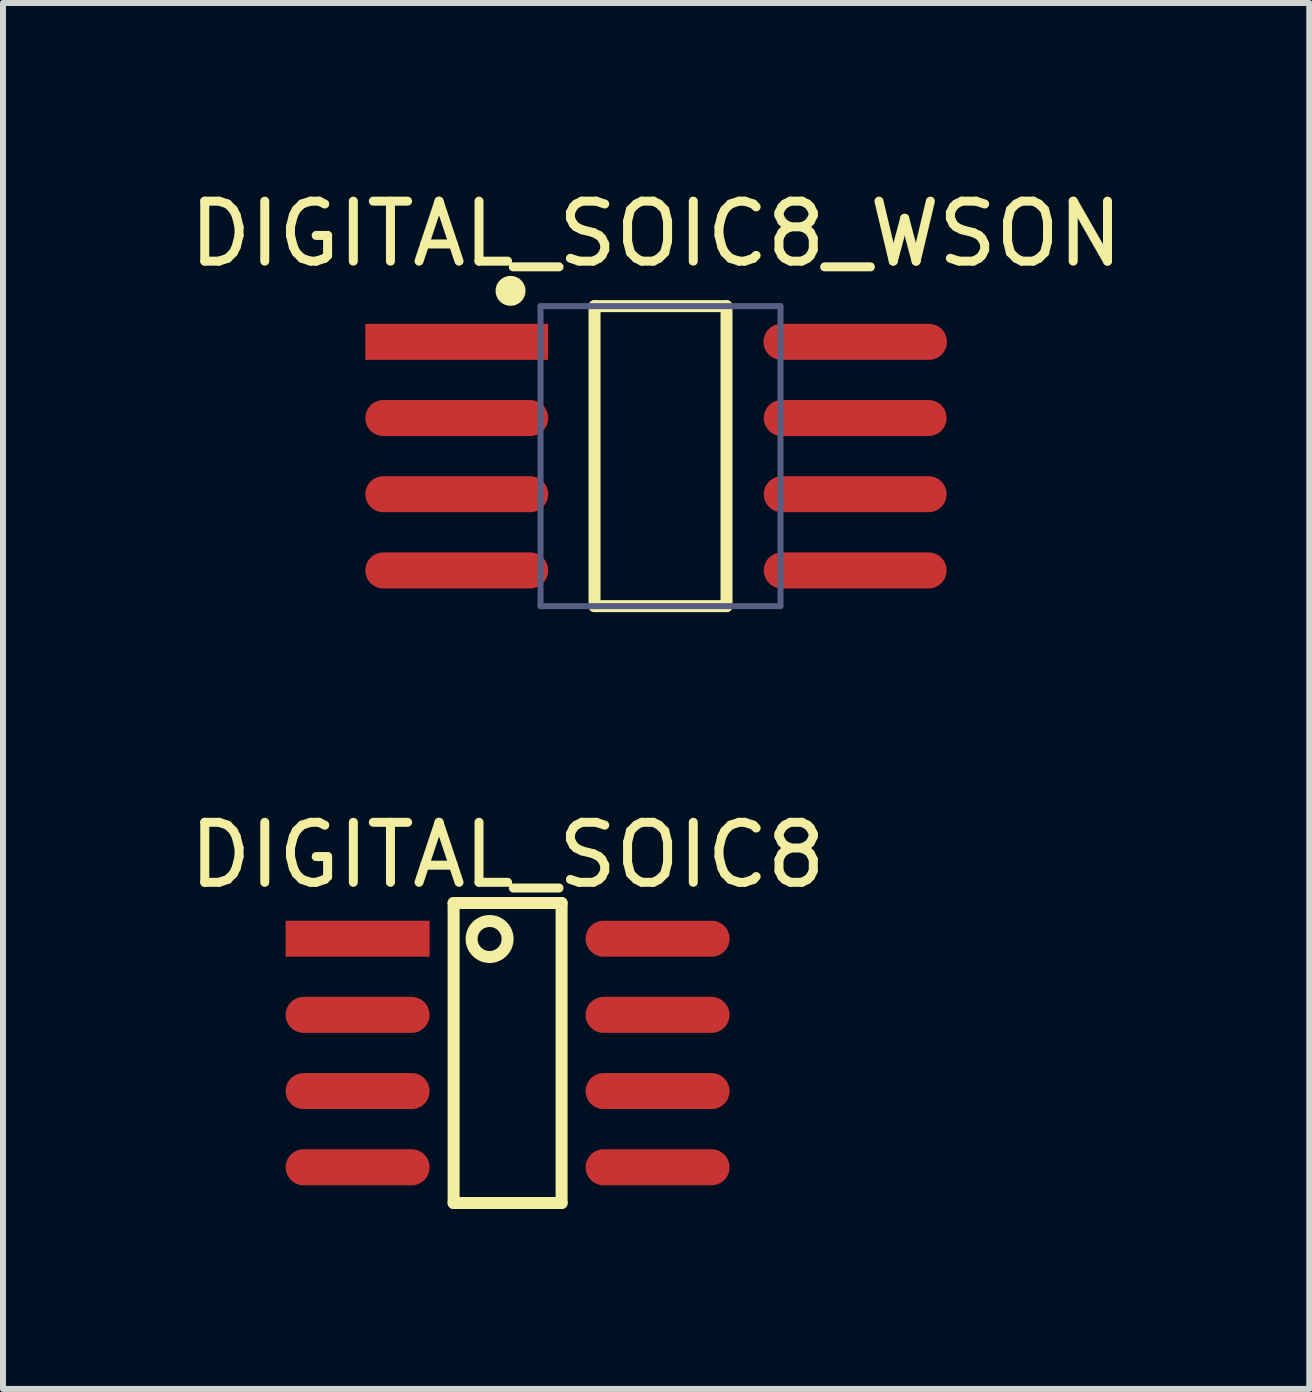
<source format=kicad_pcb>
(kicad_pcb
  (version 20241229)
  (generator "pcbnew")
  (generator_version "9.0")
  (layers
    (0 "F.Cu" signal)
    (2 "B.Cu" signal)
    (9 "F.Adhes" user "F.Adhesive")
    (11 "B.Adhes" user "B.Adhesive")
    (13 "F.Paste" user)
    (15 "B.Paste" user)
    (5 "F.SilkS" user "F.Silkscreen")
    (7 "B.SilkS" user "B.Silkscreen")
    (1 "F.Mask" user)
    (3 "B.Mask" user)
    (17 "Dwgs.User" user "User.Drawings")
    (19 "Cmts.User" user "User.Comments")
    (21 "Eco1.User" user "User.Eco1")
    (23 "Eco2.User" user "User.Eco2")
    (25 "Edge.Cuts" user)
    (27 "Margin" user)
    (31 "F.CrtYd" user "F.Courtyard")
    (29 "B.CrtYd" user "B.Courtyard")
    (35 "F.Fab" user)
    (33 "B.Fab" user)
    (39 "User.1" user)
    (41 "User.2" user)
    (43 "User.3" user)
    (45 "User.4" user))
  (footprint "DIGITAL_SOIC8_WSON"
    (layer "F.Cu")
    (at 7.884 4.553)
    (property "Reference" "DIGITAL_SOIC8_WSON" (at 0.003 -3.705 0) (layer "F.SilkS") (effects (font (size 1 1) (thickness 0.15))))
    (fp_line (start -1.024 -2.5) (end 1.176 -2.5) (stroke (width 0.2) (type solid)) (layer "F.SilkS"))
    (fp_line (start -1.024 2.5) (end -1.024 -2.5) (stroke (width 0.2) (type solid)) (layer "F.SilkS"))
    (fp_line (start -1.024 2.5) (end 1.176 2.5) (stroke (width 0.2) (type solid)) (layer "F.SilkS"))
    (fp_line (start 1.176 2.5) (end 1.176 -2.5) (stroke (width 0.2) (type solid)) (layer "F.SilkS"))
    (fp_circle (center -2.424 -2.755) (end -2.424 -2.88) (stroke (width 0.25) (type solid)) (fill no) (layer "F.SilkS"))
    (fp_line (start -3.674 -2.75) (end 3.826 -2.75) (stroke (width 0.1) (type solid)) (layer "Eco2.User"))
    (fp_line (start -3.674 2.75) (end -3.674 -2.75) (stroke (width 0.1) (type solid)) (layer "Eco2.User"))
    (fp_line (start -3.674 2.75) (end 3.826 2.75) (stroke (width 0.1) (type solid)) (layer "Eco2.User"))
    (fp_line (start -0.424 0.0002) (end 0.576 0.0002) (stroke (width 0.1) (type solid)) (layer "Eco2.User"))
    (fp_line (start 0 0.5) (end 0 -0.5) (stroke (width 0.1) (type solid)) (layer "Eco2.User"))
    (fp_line (start 3.826 2.75) (end 3.826 -2.75) (stroke (width 0.1) (type solid)) (layer "Eco2.User"))
    (fp_line (start -1.924 -2.5) (end 2.076 -2.5) (stroke (width 0.1) (type solid)) (layer "B.Fab"))
    (fp_line (start -1.924 2.5) (end -1.924 -2.5) (stroke (width 0.1) (type solid)) (layer "B.Fab"))
    (fp_line (start -1.924 2.5) (end 2.076 2.5) (stroke (width 0.1) (type solid)) (layer "B.Fab"))
    (fp_line (start 2.076 2.5) (end 2.076 -2.5) (stroke (width 0.1) (type solid)) (layer "B.Fab"))
    (fp_line (start -2.921 2.438) (end -2.921 -2.362) (stroke (width 0.254) (type solid)) (layer "User.1"))
    (fp_line (start -2.879 2.464) (end 2.921 2.464) (stroke (width 0.254) (type solid)) (layer "User.1"))
    (fp_line (start -2.879 -2.413) (end 2.921 -2.413) (stroke (width 0.254) (type solid)) (layer "User.1"))
    (fp_line (start 2.921 2.438) (end 2.921 -2.362) (stroke (width 0.254) (type solid)) (layer "User.1"))
    (pad "1" smd rect (at -3.321 -1.905 90) (size 0.6 3.048) (layers "F.Cu" "F.Mask" "F.Paste"))
    (pad "2" smd oval (at -3.321 -0.635 90) (size 0.6 3.048) (layers "F.Cu" "F.Mask" "F.Paste"))
    (pad "3" smd oval (at -3.321 0.635 90) (size 0.6 3.048) (layers "F.Cu" "F.Mask" "F.Paste"))
    (pad "4" smd oval (at -3.321 1.905 90) (size 0.6 3.048) (layers "F.Cu" "F.Mask" "F.Paste"))
    (pad "5" smd oval (at 3.321 1.905 90) (size 0.6 3.048) (layers "F.Cu" "F.Mask" "F.Paste"))
    (pad "6" smd oval (at 3.321 0.635 90) (size 0.6 3.048) (layers "F.Cu" "F.Mask" "F.Paste"))
    (pad "7" smd oval (at 3.321 -0.635 90) (size 0.6 3.048) (layers "F.Cu" "F.Mask" "F.Paste"))
    (pad "8" smd oval (at 3.321 -1.905 90) (size 0.6 3.059) (layers "F.Cu" "F.Mask" "F.Paste")))
  (footprint "DIGITAL_SOIC8"
    (layer "F.Cu")
    (at 5.411 14.502)
    (property "Reference" "DIGITAL_SOIC8" (at 0 -3.3 0) (layer "F.SilkS") (effects (font (size 1 1) (thickness 0.15))))
    (fp_line (start -0.9 -2.5) (end 0.9 -2.5) (stroke (width 0.2) (type solid)) (layer "F.SilkS"))
    (fp_line (start -0.9 2.5) (end -0.9 -2.5) (stroke (width 0.2) (type solid)) (layer "F.SilkS"))
    (fp_line (start -0.9 2.5) (end 0.9 2.5) (stroke (width 0.2) (type solid)) (layer "F.SilkS"))
    (fp_line (start 0.9 2.5) (end 0.9 -2.5) (stroke (width 0.2) (type solid)) (layer "F.SilkS"))
    (fp_circle (center -0.3 -1.9) (end -0.3 -2.2) (stroke (width 0.2) (type solid)) (fill no) (layer "F.SilkS"))
    (pad "1" smd rect (at -2.5 -1.905 90) (size 0.6 2.4) (layers "F.Cu" "F.Mask" "F.Paste"))
    (pad "2" smd oval (at -2.5 -0.635 90) (size 0.6 2.4) (layers "F.Cu" "F.Mask" "F.Paste"))
    (pad "3" smd oval (at -2.5 0.635 90) (size 0.6 2.4) (layers "F.Cu" "F.Mask" "F.Paste"))
    (pad "4" smd oval (at -2.5 1.905 90) (size 0.6 2.4) (layers "F.Cu" "F.Mask" "F.Paste"))
    (pad "5" smd oval (at 2.5 1.905 90) (size 0.6 2.4) (layers "F.Cu" "F.Mask" "F.Paste"))
    (pad "6" smd oval (at 2.5 0.635 90) (size 0.6 2.4) (layers "F.Cu" "F.Mask" "F.Paste"))
    (pad "7" smd oval (at 2.5 -0.635 90) (size 0.6 2.4) (layers "F.Cu" "F.Mask" "F.Paste"))
    (pad "8" smd oval (at 2.5 -1.905 90) (size 0.6 2.4) (layers "F.Cu" "F.Mask" "F.Paste")))
  (gr_rect
    (start -3 -3)
    (end 18.774 20.102)
    (stroke (width 0.1) (type default))
    (fill no)
    (layer "Edge.Cuts")))
</source>
